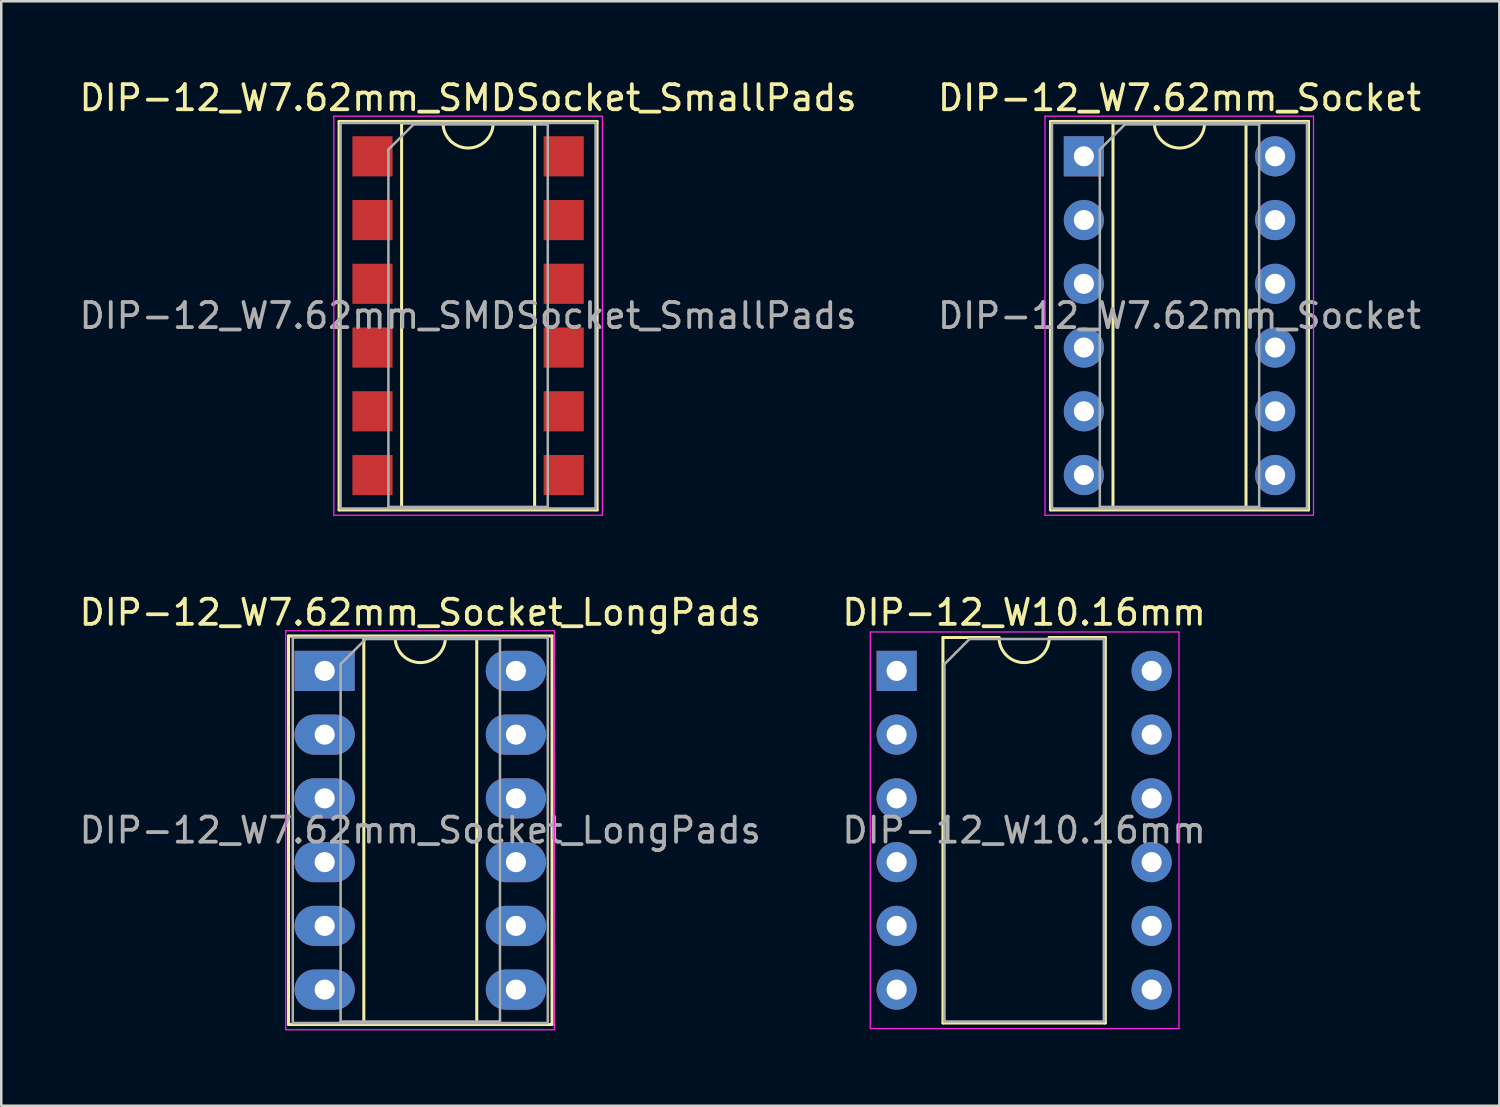
<source format=kicad_pcb>
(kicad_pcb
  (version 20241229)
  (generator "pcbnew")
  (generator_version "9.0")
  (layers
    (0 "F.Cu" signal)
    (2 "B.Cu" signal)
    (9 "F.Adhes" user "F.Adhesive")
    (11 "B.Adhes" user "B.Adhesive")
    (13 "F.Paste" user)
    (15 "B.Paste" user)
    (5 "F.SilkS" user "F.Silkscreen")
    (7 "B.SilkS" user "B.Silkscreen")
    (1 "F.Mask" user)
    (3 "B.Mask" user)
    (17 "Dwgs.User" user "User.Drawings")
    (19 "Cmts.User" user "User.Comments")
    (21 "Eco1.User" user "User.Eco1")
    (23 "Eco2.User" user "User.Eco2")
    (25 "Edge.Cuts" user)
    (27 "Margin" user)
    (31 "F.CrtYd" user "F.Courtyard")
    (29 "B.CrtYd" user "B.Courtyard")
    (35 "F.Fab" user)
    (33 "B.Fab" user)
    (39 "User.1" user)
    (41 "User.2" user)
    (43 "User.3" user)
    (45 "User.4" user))
  (footprint "DIP-12_W7.62mm_Socket"
    (layer "F.Cu")
    (at 40.136 3.178)
    (property "Reference" "DIP-12_W7.62mm_Socket" (at 3.81 -2.33 0) (layer "F.SilkS") (effects (font (size 1 1) (thickness 0.15))))
    (attr through_hole)
    (fp_line (start -1.33 -1.39) (end -1.33 14.09) (stroke (width 0.12) (type solid)) (layer "F.SilkS"))
    (fp_line (start -1.33 14.09) (end 8.95 14.09) (stroke (width 0.12) (type solid)) (layer "F.SilkS"))
    (fp_line (start 1.16 -1.33) (end 1.16 14.03) (stroke (width 0.12) (type solid)) (layer "F.SilkS"))
    (fp_line (start 1.16 14.03) (end 6.46 14.03) (stroke (width 0.12) (type solid)) (layer "F.SilkS"))
    (fp_line (start 2.81 -1.33) (end 1.16 -1.33) (stroke (width 0.12) (type solid)) (layer "F.SilkS"))
    (fp_line (start 6.46 -1.33) (end 4.81 -1.33) (stroke (width 0.12) (type solid)) (layer "F.SilkS"))
    (fp_line (start 6.46 14.03) (end 6.46 -1.33) (stroke (width 0.12) (type solid)) (layer "F.SilkS"))
    (fp_line (start 8.95 -1.39) (end -1.33 -1.39) (stroke (width 0.12) (type solid)) (layer "F.SilkS"))
    (fp_line (start 8.95 14.09) (end 8.95 -1.39) (stroke (width 0.12) (type solid)) (layer "F.SilkS"))
    (fp_arc (start 4.81 -1.33) (mid 3.81 -0.33) (end 2.81 -1.33) (stroke (width 0.12) (type solid)) (layer "F.SilkS"))
    (fp_line (start -1.55 -1.6) (end -1.55 14.3) (stroke (width 0.05) (type solid)) (layer "F.CrtYd"))
    (fp_line (start -1.55 14.3) (end 9.15 14.3) (stroke (width 0.05) (type solid)) (layer "F.CrtYd"))
    (fp_line (start 9.15 -1.6) (end -1.55 -1.6) (stroke (width 0.05) (type solid)) (layer "F.CrtYd"))
    (fp_line (start 9.15 14.3) (end 9.15 -1.6) (stroke (width 0.05) (type solid)) (layer "F.CrtYd"))
    (fp_line (start -1.27 -1.33) (end -1.27 14.03) (stroke (width 0.1) (type solid)) (layer "F.Fab"))
    (fp_line (start -1.27 14.03) (end 8.89 14.03) (stroke (width 0.1) (type solid)) (layer "F.Fab"))
    (fp_line (start 0.635 -0.27) (end 1.635 -1.27) (stroke (width 0.1) (type solid)) (layer "F.Fab"))
    (fp_line (start 0.635 13.97) (end 0.635 -0.27) (stroke (width 0.1) (type solid)) (layer "F.Fab"))
    (fp_line (start 1.635 -1.27) (end 6.985 -1.27) (stroke (width 0.1) (type solid)) (layer "F.Fab"))
    (fp_line (start 6.985 -1.27) (end 6.985 13.97) (stroke (width 0.1) (type solid)) (layer "F.Fab"))
    (fp_line (start 6.985 13.97) (end 0.635 13.97) (stroke (width 0.1) (type solid)) (layer "F.Fab"))
    (fp_line (start 8.89 -1.33) (end -1.27 -1.33) (stroke (width 0.1) (type solid)) (layer "F.Fab"))
    (fp_line (start 8.89 14.03) (end 8.89 -1.33) (stroke (width 0.1) (type solid)) (layer "F.Fab"))
    (fp_text user "${REFERENCE}" (at 3.81 6.35 0) (layer "F.Fab") (effects (font (size 1 1) (thickness 0.15))))
    (pad "1" thru_hole rect (at 0 0) (size 1.6 1.6) (drill 0.8) (layers "*.Cu" "*.Mask"))
    (pad "2" thru_hole oval (at 0 2.54) (size 1.6 1.6) (drill 0.8) (layers "*.Cu" "*.Mask"))
    (pad "3" thru_hole oval (at 0 5.08) (size 1.6 1.6) (drill 0.8) (layers "*.Cu" "*.Mask"))
    (pad "4" thru_hole oval (at 0 7.62) (size 1.6 1.6) (drill 0.8) (layers "*.Cu" "*.Mask"))
    (pad "5" thru_hole oval (at 0 10.16) (size 1.6 1.6) (drill 0.8) (layers "*.Cu" "*.Mask"))
    (pad "6" thru_hole oval (at 0 12.7) (size 1.6 1.6) (drill 0.8) (layers "*.Cu" "*.Mask"))
    (pad "7" thru_hole oval (at 7.62 12.7) (size 1.6 1.6) (drill 0.8) (layers "*.Cu" "*.Mask"))
    (pad "8" thru_hole oval (at 7.62 10.16) (size 1.6 1.6) (drill 0.8) (layers "*.Cu" "*.Mask"))
    (pad "9" thru_hole oval (at 7.62 7.62) (size 1.6 1.6) (drill 0.8) (layers "*.Cu" "*.Mask"))
    (pad "10" thru_hole oval (at 7.62 5.08) (size 1.6 1.6) (drill 0.8) (layers "*.Cu" "*.Mask"))
    (pad "11" thru_hole oval (at 7.62 2.54) (size 1.6 1.6) (drill 0.8) (layers "*.Cu" "*.Mask"))
    (pad "12" thru_hole oval (at 7.62 0) (size 1.6 1.6) (drill 0.8) (layers "*.Cu" "*.Mask")))
  (footprint "DIP-12_W7.62mm_Socket_LongPads"
    (layer "F.Cu")
    (at 9.886 23.681)
    (property "Reference" "DIP-12_W7.62mm_Socket_LongPads" (at 3.81 -2.33 0) (layer "F.SilkS") (effects (font (size 1 1) (thickness 0.15))))
    (attr through_hole)
    (fp_line (start -1.44 -1.39) (end -1.44 14.09) (stroke (width 0.12) (type solid)) (layer "F.SilkS"))
    (fp_line (start -1.44 14.09) (end 9.06 14.09) (stroke (width 0.12) (type solid)) (layer "F.SilkS"))
    (fp_line (start 1.56 -1.33) (end 1.56 14.03) (stroke (width 0.12) (type solid)) (layer "F.SilkS"))
    (fp_line (start 1.56 14.03) (end 6.06 14.03) (stroke (width 0.12) (type solid)) (layer "F.SilkS"))
    (fp_line (start 2.81 -1.33) (end 1.56 -1.33) (stroke (width 0.12) (type solid)) (layer "F.SilkS"))
    (fp_line (start 6.06 -1.33) (end 4.81 -1.33) (stroke (width 0.12) (type solid)) (layer "F.SilkS"))
    (fp_line (start 6.06 14.03) (end 6.06 -1.33) (stroke (width 0.12) (type solid)) (layer "F.SilkS"))
    (fp_line (start 9.06 -1.39) (end -1.44 -1.39) (stroke (width 0.12) (type solid)) (layer "F.SilkS"))
    (fp_line (start 9.06 14.09) (end 9.06 -1.39) (stroke (width 0.12) (type solid)) (layer "F.SilkS"))
    (fp_arc (start 4.81 -1.33) (mid 3.81 -0.33) (end 2.81 -1.33) (stroke (width 0.12) (type solid)) (layer "F.SilkS"))
    (fp_line (start -1.55 -1.6) (end -1.55 14.3) (stroke (width 0.05) (type solid)) (layer "F.CrtYd"))
    (fp_line (start -1.55 14.3) (end 9.15 14.3) (stroke (width 0.05) (type solid)) (layer "F.CrtYd"))
    (fp_line (start 9.15 -1.6) (end -1.55 -1.6) (stroke (width 0.05) (type solid)) (layer "F.CrtYd"))
    (fp_line (start 9.15 14.3) (end 9.15 -1.6) (stroke (width 0.05) (type solid)) (layer "F.CrtYd"))
    (fp_line (start -1.27 -1.33) (end -1.27 14.03) (stroke (width 0.1) (type solid)) (layer "F.Fab"))
    (fp_line (start -1.27 14.03) (end 8.89 14.03) (stroke (width 0.1) (type solid)) (layer "F.Fab"))
    (fp_line (start 0.635 -0.27) (end 1.635 -1.27) (stroke (width 0.1) (type solid)) (layer "F.Fab"))
    (fp_line (start 0.635 13.97) (end 0.635 -0.27) (stroke (width 0.1) (type solid)) (layer "F.Fab"))
    (fp_line (start 1.635 -1.27) (end 6.985 -1.27) (stroke (width 0.1) (type solid)) (layer "F.Fab"))
    (fp_line (start 6.985 -1.27) (end 6.985 13.97) (stroke (width 0.1) (type solid)) (layer "F.Fab"))
    (fp_line (start 6.985 13.97) (end 0.635 13.97) (stroke (width 0.1) (type solid)) (layer "F.Fab"))
    (fp_line (start 8.89 -1.33) (end -1.27 -1.33) (stroke (width 0.1) (type solid)) (layer "F.Fab"))
    (fp_line (start 8.89 14.03) (end 8.89 -1.33) (stroke (width 0.1) (type solid)) (layer "F.Fab"))
    (fp_text user "${REFERENCE}" (at 3.81 6.35 0) (layer "F.Fab") (effects (font (size 1 1) (thickness 0.15))))
    (pad "1" thru_hole rect (at 0 0) (size 2.4 1.6) (drill 0.8) (layers "*.Cu" "*.Mask"))
    (pad "2" thru_hole oval (at 0 2.54) (size 2.4 1.6) (drill 0.8) (layers "*.Cu" "*.Mask"))
    (pad "3" thru_hole oval (at 0 5.08) (size 2.4 1.6) (drill 0.8) (layers "*.Cu" "*.Mask"))
    (pad "4" thru_hole oval (at 0 7.62) (size 2.4 1.6) (drill 0.8) (layers "*.Cu" "*.Mask"))
    (pad "5" thru_hole oval (at 0 10.16) (size 2.4 1.6) (drill 0.8) (layers "*.Cu" "*.Mask"))
    (pad "6" thru_hole oval (at 0 12.7) (size 2.4 1.6) (drill 0.8) (layers "*.Cu" "*.Mask"))
    (pad "7" thru_hole oval (at 7.62 12.7) (size 2.4 1.6) (drill 0.8) (layers "*.Cu" "*.Mask"))
    (pad "8" thru_hole oval (at 7.62 10.16) (size 2.4 1.6) (drill 0.8) (layers "*.Cu" "*.Mask"))
    (pad "9" thru_hole oval (at 7.62 7.62) (size 2.4 1.6) (drill 0.8) (layers "*.Cu" "*.Mask"))
    (pad "10" thru_hole oval (at 7.62 5.08) (size 2.4 1.6) (drill 0.8) (layers "*.Cu" "*.Mask"))
    (pad "11" thru_hole oval (at 7.62 2.54) (size 2.4 1.6) (drill 0.8) (layers "*.Cu" "*.Mask"))
    (pad "12" thru_hole oval (at 7.62 0) (size 2.4 1.6) (drill 0.8) (layers "*.Cu" "*.Mask")))
  (footprint "DIP-12_W7.62mm_SMDSocket_SmallPads"
    (layer "F.Cu")
    (at 15.601 9.528)
    (property "Reference" "DIP-12_W7.62mm_SMDSocket_SmallPads" (at 0 -8.68 0) (layer "F.SilkS") (effects (font (size 1 1) (thickness 0.15))))
    (attr smd)
    (fp_line (start -5.14 -7.74) (end -5.14 7.74) (stroke (width 0.12) (type solid)) (layer "F.SilkS"))
    (fp_line (start -5.14 7.74) (end 5.14 7.74) (stroke (width 0.12) (type solid)) (layer "F.SilkS"))
    (fp_line (start -2.65 -7.68) (end -2.65 7.68) (stroke (width 0.12) (type solid)) (layer "F.SilkS"))
    (fp_line (start -2.65 7.68) (end 2.65 7.68) (stroke (width 0.12) (type solid)) (layer "F.SilkS"))
    (fp_line (start -1 -7.68) (end -2.65 -7.68) (stroke (width 0.12) (type solid)) (layer "F.SilkS"))
    (fp_line (start 2.65 -7.68) (end 1 -7.68) (stroke (width 0.12) (type solid)) (layer "F.SilkS"))
    (fp_line (start 2.65 7.68) (end 2.65 -7.68) (stroke (width 0.12) (type solid)) (layer "F.SilkS"))
    (fp_line (start 5.14 -7.74) (end -5.14 -7.74) (stroke (width 0.12) (type solid)) (layer "F.SilkS"))
    (fp_line (start 5.14 7.74) (end 5.14 -7.74) (stroke (width 0.12) (type solid)) (layer "F.SilkS"))
    (fp_arc (start 1 -7.68) (mid 0 -6.68) (end -1 -7.68) (stroke (width 0.12) (type solid)) (layer "F.SilkS"))
    (fp_line (start -5.35 -7.95) (end -5.35 7.95) (stroke (width 0.05) (type solid)) (layer "F.CrtYd"))
    (fp_line (start -5.35 7.95) (end 5.35 7.95) (stroke (width 0.05) (type solid)) (layer "F.CrtYd"))
    (fp_line (start 5.35 -7.95) (end -5.35 -7.95) (stroke (width 0.05) (type solid)) (layer "F.CrtYd"))
    (fp_line (start 5.35 7.95) (end 5.35 -7.95) (stroke (width 0.05) (type solid)) (layer "F.CrtYd"))
    (fp_line (start -5.08 -7.68) (end -5.08 7.68) (stroke (width 0.1) (type solid)) (layer "F.Fab"))
    (fp_line (start -5.08 7.68) (end 5.08 7.68) (stroke (width 0.1) (type solid)) (layer "F.Fab"))
    (fp_line (start -3.175 -6.62) (end -2.175 -7.62) (stroke (width 0.1) (type solid)) (layer "F.Fab"))
    (fp_line (start -3.175 7.62) (end -3.175 -6.62) (stroke (width 0.1) (type solid)) (layer "F.Fab"))
    (fp_line (start -2.175 -7.62) (end 3.175 -7.62) (stroke (width 0.1) (type solid)) (layer "F.Fab"))
    (fp_line (start 3.175 -7.62) (end 3.175 7.62) (stroke (width 0.1) (type solid)) (layer "F.Fab"))
    (fp_line (start 3.175 7.62) (end -3.175 7.62) (stroke (width 0.1) (type solid)) (layer "F.Fab"))
    (fp_line (start 5.08 -7.68) (end -5.08 -7.68) (stroke (width 0.1) (type solid)) (layer "F.Fab"))
    (fp_line (start 5.08 7.68) (end 5.08 -7.68) (stroke (width 0.1) (type solid)) (layer "F.Fab"))
    (fp_text user "${REFERENCE}" (at 0 0 0) (layer "F.Fab") (effects (font (size 1 1) (thickness 0.15))))
    (pad "1" smd rect (at -3.81 -6.35) (size 1.6 1.6) (layers "F.Cu" "F.Mask" "F.Paste"))
    (pad "2" smd rect (at -3.81 -3.81) (size 1.6 1.6) (layers "F.Cu" "F.Mask" "F.Paste"))
    (pad "3" smd rect (at -3.81 -1.27) (size 1.6 1.6) (layers "F.Cu" "F.Mask" "F.Paste"))
    (pad "4" smd rect (at -3.81 1.27) (size 1.6 1.6) (layers "F.Cu" "F.Mask" "F.Paste"))
    (pad "5" smd rect (at -3.81 3.81) (size 1.6 1.6) (layers "F.Cu" "F.Mask" "F.Paste"))
    (pad "6" smd rect (at -3.81 6.35) (size 1.6 1.6) (layers "F.Cu" "F.Mask" "F.Paste"))
    (pad "7" smd rect (at 3.81 6.35) (size 1.6 1.6) (layers "F.Cu" "F.Mask" "F.Paste"))
    (pad "8" smd rect (at 3.81 3.81) (size 1.6 1.6) (layers "F.Cu" "F.Mask" "F.Paste"))
    (pad "9" smd rect (at 3.81 1.27) (size 1.6 1.6) (layers "F.Cu" "F.Mask" "F.Paste"))
    (pad "10" smd rect (at 3.81 -1.27) (size 1.6 1.6) (layers "F.Cu" "F.Mask" "F.Paste"))
    (pad "11" smd rect (at 3.81 -3.81) (size 1.6 1.6) (layers "F.Cu" "F.Mask" "F.Paste"))
    (pad "12" smd rect (at 3.81 -6.35) (size 1.6 1.6) (layers "F.Cu" "F.Mask" "F.Paste")))
  (footprint "DIP-12_W10.16mm"
    (layer "F.Cu")
    (at 32.676 23.681)
    (property "Reference" "DIP-12_W10.16mm" (at 5.08 -2.33 0) (layer "F.SilkS") (effects (font (size 1 1) (thickness 0.15))))
    (attr through_hole)
    (fp_line (start 1.845 -1.33) (end 1.845 14.03) (stroke (width 0.12) (type solid)) (layer "F.SilkS"))
    (fp_line (start 1.845 14.03) (end 8.315 14.03) (stroke (width 0.12) (type solid)) (layer "F.SilkS"))
    (fp_line (start 4.08 -1.33) (end 1.845 -1.33) (stroke (width 0.12) (type solid)) (layer "F.SilkS"))
    (fp_line (start 8.315 -1.33) (end 6.08 -1.33) (stroke (width 0.12) (type solid)) (layer "F.SilkS"))
    (fp_line (start 8.315 14.03) (end 8.315 -1.33) (stroke (width 0.12) (type solid)) (layer "F.SilkS"))
    (fp_arc (start 6.08 -1.33) (mid 5.08 -0.33) (end 4.08 -1.33) (stroke (width 0.12) (type solid)) (layer "F.SilkS"))
    (fp_line (start -1.05 -1.55) (end -1.05 14.25) (stroke (width 0.05) (type solid)) (layer "F.CrtYd"))
    (fp_line (start -1.05 14.25) (end 11.25 14.25) (stroke (width 0.05) (type solid)) (layer "F.CrtYd"))
    (fp_line (start 11.25 -1.55) (end -1.05 -1.55) (stroke (width 0.05) (type solid)) (layer "F.CrtYd"))
    (fp_line (start 11.25 14.25) (end 11.25 -1.55) (stroke (width 0.05) (type solid)) (layer "F.CrtYd"))
    (fp_line (start 1.905 -0.27) (end 2.905 -1.27) (stroke (width 0.1) (type solid)) (layer "F.Fab"))
    (fp_line (start 1.905 13.97) (end 1.905 -0.27) (stroke (width 0.1) (type solid)) (layer "F.Fab"))
    (fp_line (start 2.905 -1.27) (end 8.255 -1.27) (stroke (width 0.1) (type solid)) (layer "F.Fab"))
    (fp_line (start 8.255 -1.27) (end 8.255 13.97) (stroke (width 0.1) (type solid)) (layer "F.Fab"))
    (fp_line (start 8.255 13.97) (end 1.905 13.97) (stroke (width 0.1) (type solid)) (layer "F.Fab"))
    (fp_text user "${REFERENCE}" (at 5.08 6.35 0) (layer "F.Fab") (effects (font (size 1 1) (thickness 0.15))))
    (pad "1" thru_hole rect (at 0 0) (size 1.6 1.6) (drill 0.8) (layers "*.Cu" "*.Mask"))
    (pad "2" thru_hole oval (at 0 2.54) (size 1.6 1.6) (drill 0.8) (layers "*.Cu" "*.Mask"))
    (pad "3" thru_hole oval (at 0 5.08) (size 1.6 1.6) (drill 0.8) (layers "*.Cu" "*.Mask"))
    (pad "4" thru_hole oval (at 0 7.62) (size 1.6 1.6) (drill 0.8) (layers "*.Cu" "*.Mask"))
    (pad "5" thru_hole oval (at 0 10.16) (size 1.6 1.6) (drill 0.8) (layers "*.Cu" "*.Mask"))
    (pad "6" thru_hole oval (at 0 12.7) (size 1.6 1.6) (drill 0.8) (layers "*.Cu" "*.Mask"))
    (pad "7" thru_hole oval (at 10.16 12.7) (size 1.6 1.6) (drill 0.8) (layers "*.Cu" "*.Mask"))
    (pad "8" thru_hole oval (at 10.16 10.16) (size 1.6 1.6) (drill 0.8) (layers "*.Cu" "*.Mask"))
    (pad "9" thru_hole oval (at 10.16 7.62) (size 1.6 1.6) (drill 0.8) (layers "*.Cu" "*.Mask"))
    (pad "10" thru_hole oval (at 10.16 5.08) (size 1.6 1.6) (drill 0.8) (layers "*.Cu" "*.Mask"))
    (pad "11" thru_hole oval (at 10.16 2.54) (size 1.6 1.6) (drill 0.8) (layers "*.Cu" "*.Mask"))
    (pad "12" thru_hole oval (at 10.16 0) (size 1.6 1.6) (drill 0.8) (layers "*.Cu" "*.Mask")))
  (gr_rect
    (start -3 -3)
    (end 56.69 41.007)
    (stroke (width 0.1) (type default))
    (fill no)
    (layer "Edge.Cuts")))
</source>
